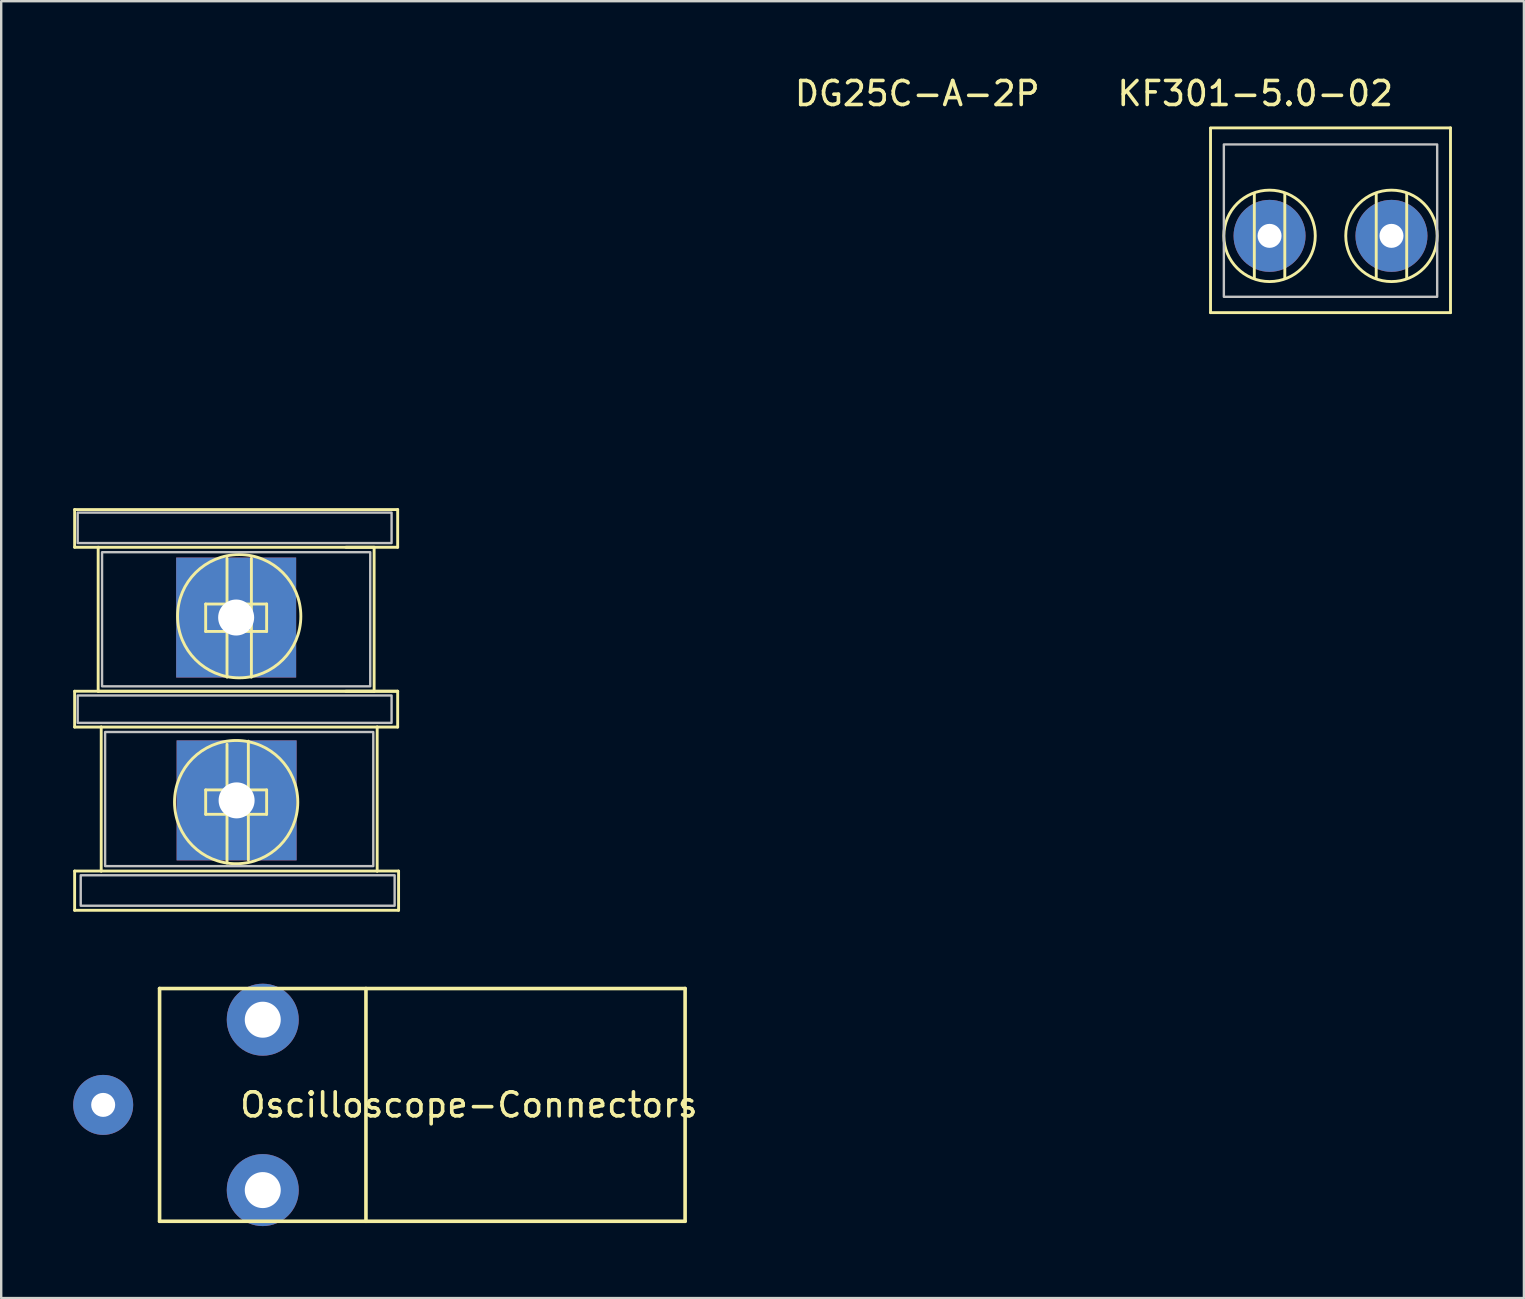
<source format=kicad_pcb>
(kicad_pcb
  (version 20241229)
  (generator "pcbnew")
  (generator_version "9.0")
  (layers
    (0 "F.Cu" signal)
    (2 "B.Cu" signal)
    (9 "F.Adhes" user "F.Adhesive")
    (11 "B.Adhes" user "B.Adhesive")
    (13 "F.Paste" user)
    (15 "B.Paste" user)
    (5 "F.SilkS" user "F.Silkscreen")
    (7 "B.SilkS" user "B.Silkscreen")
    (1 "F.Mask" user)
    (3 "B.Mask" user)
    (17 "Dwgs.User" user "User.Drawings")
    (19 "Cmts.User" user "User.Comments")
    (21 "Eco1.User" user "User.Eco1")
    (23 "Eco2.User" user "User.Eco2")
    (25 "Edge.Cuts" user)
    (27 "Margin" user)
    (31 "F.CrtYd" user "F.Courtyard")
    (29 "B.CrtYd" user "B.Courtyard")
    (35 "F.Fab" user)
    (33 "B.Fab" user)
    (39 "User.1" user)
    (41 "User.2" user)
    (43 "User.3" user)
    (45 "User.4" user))
  (footprint "KF301-5.0-02"
    (layer "F.Cu")
    (at 49.856 6.779)
    (property "Reference" "KF301-5.0-02" (at -0.597 -5.931 0) (layer "F.SilkS") (effects (font (size 1 1) (thickness 0.15))))
    (attr through_hole)
    (fp_line (start -2.46 -4.5) (end 7.54 -4.5) (stroke (width 0.12) (type solid)) (layer "F.SilkS"))
    (fp_line (start -2.46 3.2) (end -2.46 -4.483) (stroke (width 0.12) (type solid)) (layer "F.SilkS"))
    (fp_line (start -0.635 -1.778) (end -0.635 1.778) (stroke (width 0.12) (type solid)) (layer "F.SilkS"))
    (fp_line (start 0.635 1.778) (end 0.635 -1.778) (stroke (width 0.12) (type solid)) (layer "F.SilkS"))
    (fp_line (start 4.445 -1.778) (end 4.445 1.778) (stroke (width 0.12) (type solid)) (layer "F.SilkS"))
    (fp_line (start 5.715 1.778) (end 5.715 -1.778) (stroke (width 0.12) (type solid)) (layer "F.SilkS"))
    (fp_line (start 7.54 -4.5) (end 7.54 3.2) (stroke (width 0.12) (type solid)) (layer "F.SilkS"))
    (fp_line (start 7.54 3.2) (end -2.46 3.2) (stroke (width 0.12) (type solid)) (layer "F.SilkS"))
    (fp_circle (center 0 0) (end 1.905 0) (stroke (width 0.12) (type solid)) (fill no) (layer "F.SilkS"))
    (fp_circle (center 5.08 0) (end 6.985 0) (stroke (width 0.12) (type solid)) (fill no) (layer "F.SilkS"))
    (fp_poly (pts (xy 6.985 2.54) (xy -1.905 2.54) (xy -1.905 -3.81) (xy 6.985 -3.81)) (stroke (width 0.1) (type solid)) (fill no) (layer "Dwgs.User"))
    (pad "1" thru_hole circle (at 0 0) (size 3 3) (drill 1) (layers "*.Cu" "*.Mask"))
    (pad "2" thru_hole circle (at 5.08 0) (size 3 3) (drill 1) (layers "*.Cu" "*.Mask")))
  (footprint "Oscilloscope-Connectors"
    (layer "F.Cu")
    (at 1.25 42.994)
    (property "Reference" "Oscilloscope-Connectors" (at 15.24 0 0) (layer "F.SilkS") (effects (font (size 1 1) (thickness 0.15))))
    (attr through_hole)
    (fp_line (start 2.35 -4.85) (end 24.25 -4.85) (stroke (width 0.15) (type solid)) (layer "F.SilkS"))
    (fp_line (start 2.35 4.85) (end 2.35 -4.85) (stroke (width 0.15) (type solid)) (layer "F.SilkS"))
    (fp_line (start 10.95 -4.85) (end 10.95 4.85) (stroke (width 0.15) (type solid)) (layer "F.SilkS"))
    (fp_line (start 24.25 -4.85) (end 24.25 4.85) (stroke (width 0.15) (type solid)) (layer "F.SilkS"))
    (fp_line (start 24.25 4.85) (end 2.35 4.85) (stroke (width 0.15) (type solid)) (layer "F.SilkS"))
    (pad "1" thru_hole circle (at 0 0) (size 2.5 2.5) (drill 1) (layers "B.Cu" "B.Mask"))
    (pad "2" thru_hole circle (at 6.65 -3.55) (size 3 3) (drill 1.5) (layers "B.Cu" "B.Mask"))
    (pad "3" thru_hole circle (at 6.65 3.55) (size 3 3) (drill 1.5) (layers "B.Cu" "B.Mask")))
  (footprint "DG25C-A-2P"
    (layer "F.Cu")
    (at 6.791 22.756)
    (property "Reference" "DG25C-A-2P" (at 28.384 -21.907 0) (layer "F.SilkS") (effects (font (size 1 1) (thickness 0.15))))
    (attr through_hole)
    (fp_line (start -6.731 -4.572) (end -6.731 -3) (stroke (width 0.12) (type solid)) (layer "F.SilkS"))
    (fp_line (start -6.731 -4.572) (end 6.731 -4.572) (stroke (width 0.12) (type solid)) (layer "F.SilkS"))
    (fp_line (start -6.731 -3) (end -5.75 -3) (stroke (width 0.12) (type solid)) (layer "F.SilkS"))
    (fp_line (start -6.731 3) (end -6.731 4.493) (stroke (width 0.12) (type solid)) (layer "F.SilkS"))
    (fp_line (start -6.731 3) (end 6.731 3) (stroke (width 0.12) (type solid)) (layer "F.SilkS"))
    (fp_line (start -6.731 4.493) (end -5.623 4.493) (stroke (width 0.12) (type solid)) (layer "F.SilkS"))
    (fp_line (start -6.731 10.493) (end -6.731 12.128) (stroke (width 0.12) (type solid)) (layer "F.SilkS"))
    (fp_line (start -5.75 -3) (end 5.75 -3) (stroke (width 0.12) (type solid)) (layer "F.SilkS"))
    (fp_line (start -5.75 3) (end -5.75 -3) (stroke (width 0.12) (type solid)) (layer "F.SilkS"))
    (fp_line (start -5.623 4.493) (end 5.877 4.493) (stroke (width 0.12) (type solid)) (layer "F.SilkS"))
    (fp_line (start -5.623 10.493) (end -6.731 10.493) (stroke (width 0.12) (type solid)) (layer "F.SilkS"))
    (fp_line (start -5.623 10.493) (end -5.623 4.493) (stroke (width 0.12) (type solid)) (layer "F.SilkS"))
    (fp_line (start -1.27 -0.635) (end 1.27 -0.635) (stroke (width 0.12) (type solid)) (layer "F.SilkS"))
    (fp_line (start -1.27 0.508) (end -1.27 -0.635) (stroke (width 0.12) (type solid)) (layer "F.SilkS"))
    (fp_line (start -1.27 7.112) (end 1.27 7.112) (stroke (width 0.12) (type solid)) (layer "F.SilkS"))
    (fp_line (start -1.27 8.128) (end -1.27 7.112) (stroke (width 0.12) (type solid)) (layer "F.SilkS"))
    (fp_line (start -0.381 -2.54) (end -0.381 2.413) (stroke (width 0.12) (type solid)) (layer "F.SilkS"))
    (fp_line (start -0.381 5.207) (end -0.381 10.16) (stroke (width 0.12) (type solid)) (layer "F.SilkS"))
    (fp_line (start 0.508 10.033) (end 0.508 5.08) (stroke (width 0.12) (type solid)) (layer "F.SilkS"))
    (fp_line (start 0.635 -2.54) (end 0.635 2.413) (stroke (width 0.12) (type solid)) (layer "F.SilkS"))
    (fp_line (start 1.27 -0.635) (end 1.27 0.508) (stroke (width 0.12) (type solid)) (layer "F.SilkS"))
    (fp_line (start 1.27 0.508) (end -1.27 0.508) (stroke (width 0.12) (type solid)) (layer "F.SilkS"))
    (fp_line (start 1.27 7.112) (end 1.27 8.128) (stroke (width 0.12) (type solid)) (layer "F.SilkS"))
    (fp_line (start 1.27 8.128) (end -1.27 8.128) (stroke (width 0.12) (type solid)) (layer "F.SilkS"))
    (fp_line (start 4.572 -3) (end 6.731 -3) (stroke (width 0.12) (type solid)) (layer "F.SilkS"))
    (fp_line (start 4.572 3) (end 6.731 3) (stroke (width 0.12) (type solid)) (layer "F.SilkS"))
    (fp_line (start 5.75 -3) (end 5.75 3) (stroke (width 0.12) (type solid)) (layer "F.SilkS"))
    (fp_line (start 5.75 3) (end -5.75 3) (stroke (width 0.12) (type solid)) (layer "F.SilkS"))
    (fp_line (start 5.877 4.493) (end 5.877 10.493) (stroke (width 0.12) (type solid)) (layer "F.SilkS"))
    (fp_line (start 5.877 10.493) (end -5.623 10.493) (stroke (width 0.12) (type solid)) (layer "F.SilkS"))
    (fp_line (start 5.877 10.493) (end 6.769 10.493) (stroke (width 0.12) (type solid)) (layer "F.SilkS"))
    (fp_line (start 6.731 -3) (end 6.731 -4.572) (stroke (width 0.12) (type solid)) (layer "F.SilkS"))
    (fp_line (start 6.731 3) (end 6.731 4.493) (stroke (width 0.12) (type solid)) (layer "F.SilkS"))
    (fp_line (start 6.731 4.493) (end 5.877 4.493) (stroke (width 0.12) (type solid)) (layer "F.SilkS"))
    (fp_line (start 6.769 10.493) (end 6.769 12.128) (stroke (width 0.12) (type solid)) (layer "F.SilkS"))
    (fp_line (start 6.769 12.128) (end -6.731 12.128) (stroke (width 0.12) (type solid)) (layer "F.SilkS"))
    (fp_circle (center 0 7.62) (end 2.54 7.239) (stroke (width 0.12) (type solid)) (fill no) (layer "F.SilkS"))
    (fp_circle (center 0.127 -0.127) (end 2.667 0.254) (stroke (width 0.12) (type solid)) (fill no) (layer "F.SilkS"))
    (fp_poly (pts (xy 5.588 2.794) (xy -5.588 2.794) (xy -5.588 -2.794) (xy 5.588 -2.794)) (stroke (width 0.1) (type solid)) (fill no) (layer "Dwgs.User"))
    (fp_poly (pts (xy 5.715 10.287) (xy -5.461 10.287) (xy -5.461 4.699) (xy 5.715 4.699)) (stroke (width 0.1) (type solid)) (fill no) (layer "Dwgs.User"))
    (fp_poly (pts (xy 6.477 -3.175) (xy -6.604 -3.175) (xy -6.604 -4.445) (xy 6.477 -4.445)) (stroke (width 0.1) (type solid)) (fill no) (layer "Dwgs.User"))
    (fp_poly (pts (xy 6.477 4.318) (xy -6.604 4.318) (xy -6.604 3.175) (xy 6.477 3.175)) (stroke (width 0.1) (type solid)) (fill no) (layer "Dwgs.User"))
    (fp_poly (pts (xy 6.604 11.938) (xy -6.477 11.938) (xy -6.477 10.668) (xy 6.604 10.668)) (stroke (width 0.1) (type solid)) (fill no) (layer "Dwgs.User"))
    (pad "1" thru_hole rect (at 0 -0.072) (size 5 5) (drill 1.5) (layers "*.Cu" "*.Mask"))
    (pad "2" thru_hole rect (at 0.019 7.548) (size 5 5) (drill 1.5) (layers "*.Cu" "*.Mask")))
  (gr_rect
    (start -3 -3)
    (end 60.456 51.044)
    (stroke (width 0.1) (type default))
    (fill no)
    (layer "Edge.Cuts")))
</source>
